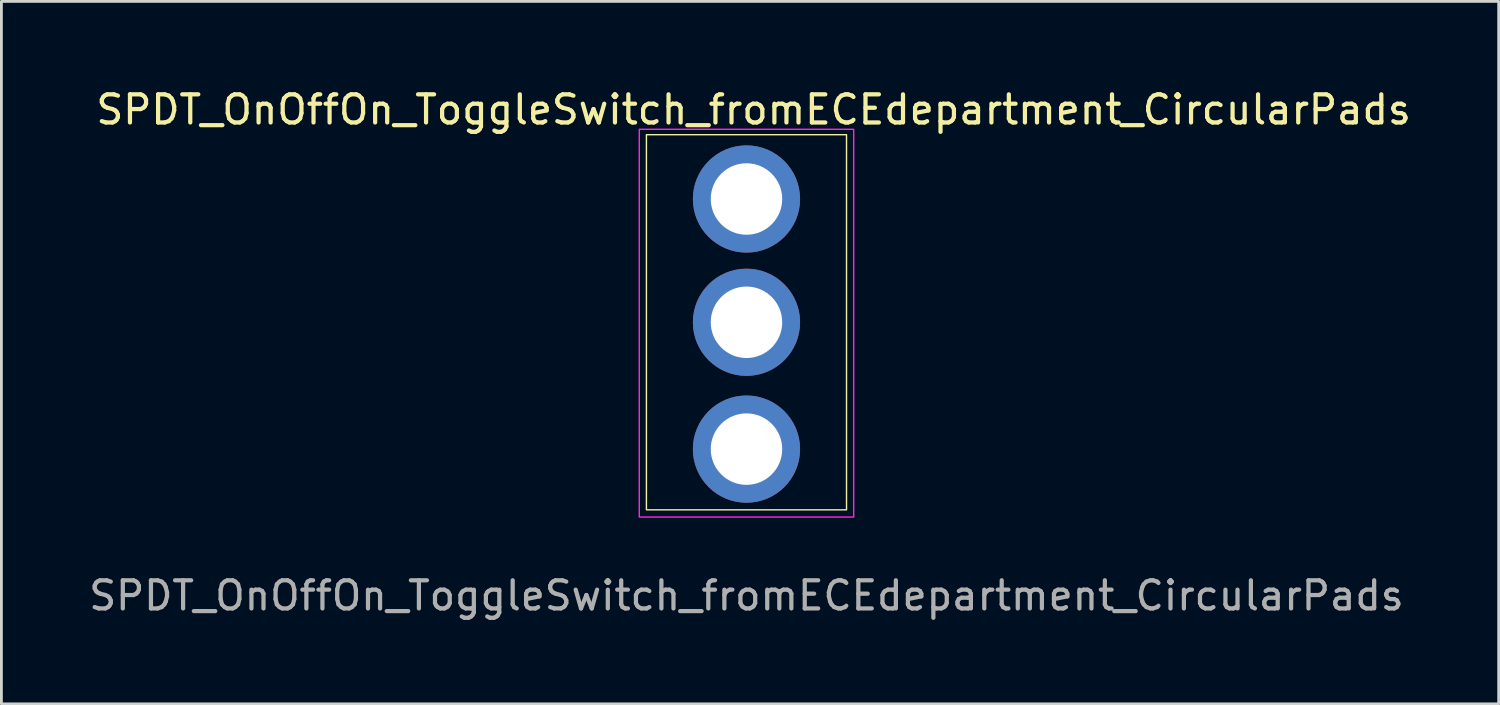
<source format=kicad_pcb>
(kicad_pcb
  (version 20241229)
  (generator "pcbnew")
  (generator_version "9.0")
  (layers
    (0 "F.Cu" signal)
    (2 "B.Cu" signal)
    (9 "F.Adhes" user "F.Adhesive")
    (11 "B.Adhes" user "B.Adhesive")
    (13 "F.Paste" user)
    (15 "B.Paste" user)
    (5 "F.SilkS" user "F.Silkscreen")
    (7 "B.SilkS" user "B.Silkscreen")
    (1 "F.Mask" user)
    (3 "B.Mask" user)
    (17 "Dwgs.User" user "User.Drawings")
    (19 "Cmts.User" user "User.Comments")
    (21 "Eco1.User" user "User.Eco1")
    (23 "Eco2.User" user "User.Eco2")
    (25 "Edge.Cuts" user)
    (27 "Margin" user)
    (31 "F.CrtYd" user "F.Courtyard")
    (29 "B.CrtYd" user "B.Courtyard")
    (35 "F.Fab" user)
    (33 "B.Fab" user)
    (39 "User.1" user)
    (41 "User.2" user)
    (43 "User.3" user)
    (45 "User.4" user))
  (footprint "SPDT_OnOffOn_ToggleSwitch_fromECEdepartment_CircularPads"
    (layer "F.Cu")
    (at 19.926 1.737)
    (property "Reference" "SPDT_OnOffOn_ToggleSwitch_fromECEdepartment_CircularPads" (at 3.81 -0.889 0) (unlocked yes) (layer "F.SilkS") (effects (font (size 1 1) (thickness 0.15))))
    (attr through_hole)
    (fp_rect (start 0 0) (end 7.112 13.335) (stroke (width 0.05) (type solid)) (fill no) (layer "F.SilkS"))
    (fp_rect (start -0.254 -0.191) (end 7.366 13.589) (stroke (width 0.05) (type solid)) (fill no) (layer "F.CrtYd"))
    (fp_text user "${REFERENCE}" (at 3.556 16.383 0) (unlocked yes) (layer "F.Fab") (effects (font (size 1 1) (thickness 0.15))))
    (pad "1" thru_hole circle (at 3.556 2.286) (size 3.81 3.81) (drill 2.54) (layers "*.Cu" "*.Mask"))
    (pad "2" thru_hole circle (at 3.556 6.668) (size 3.81 3.81) (drill 2.54) (layers "*.Cu" "*.Mask"))
    (pad "3" thru_hole circle (at 3.556 11.176) (size 3.81 3.81) (drill 2.54) (layers "*.Cu" "*.Mask")))
  (gr_rect
    (start -3 -3)
    (end 50.218 21.968)
    (stroke (width 0.1) (type default))
    (fill no)
    (layer "Edge.Cuts")))
</source>
